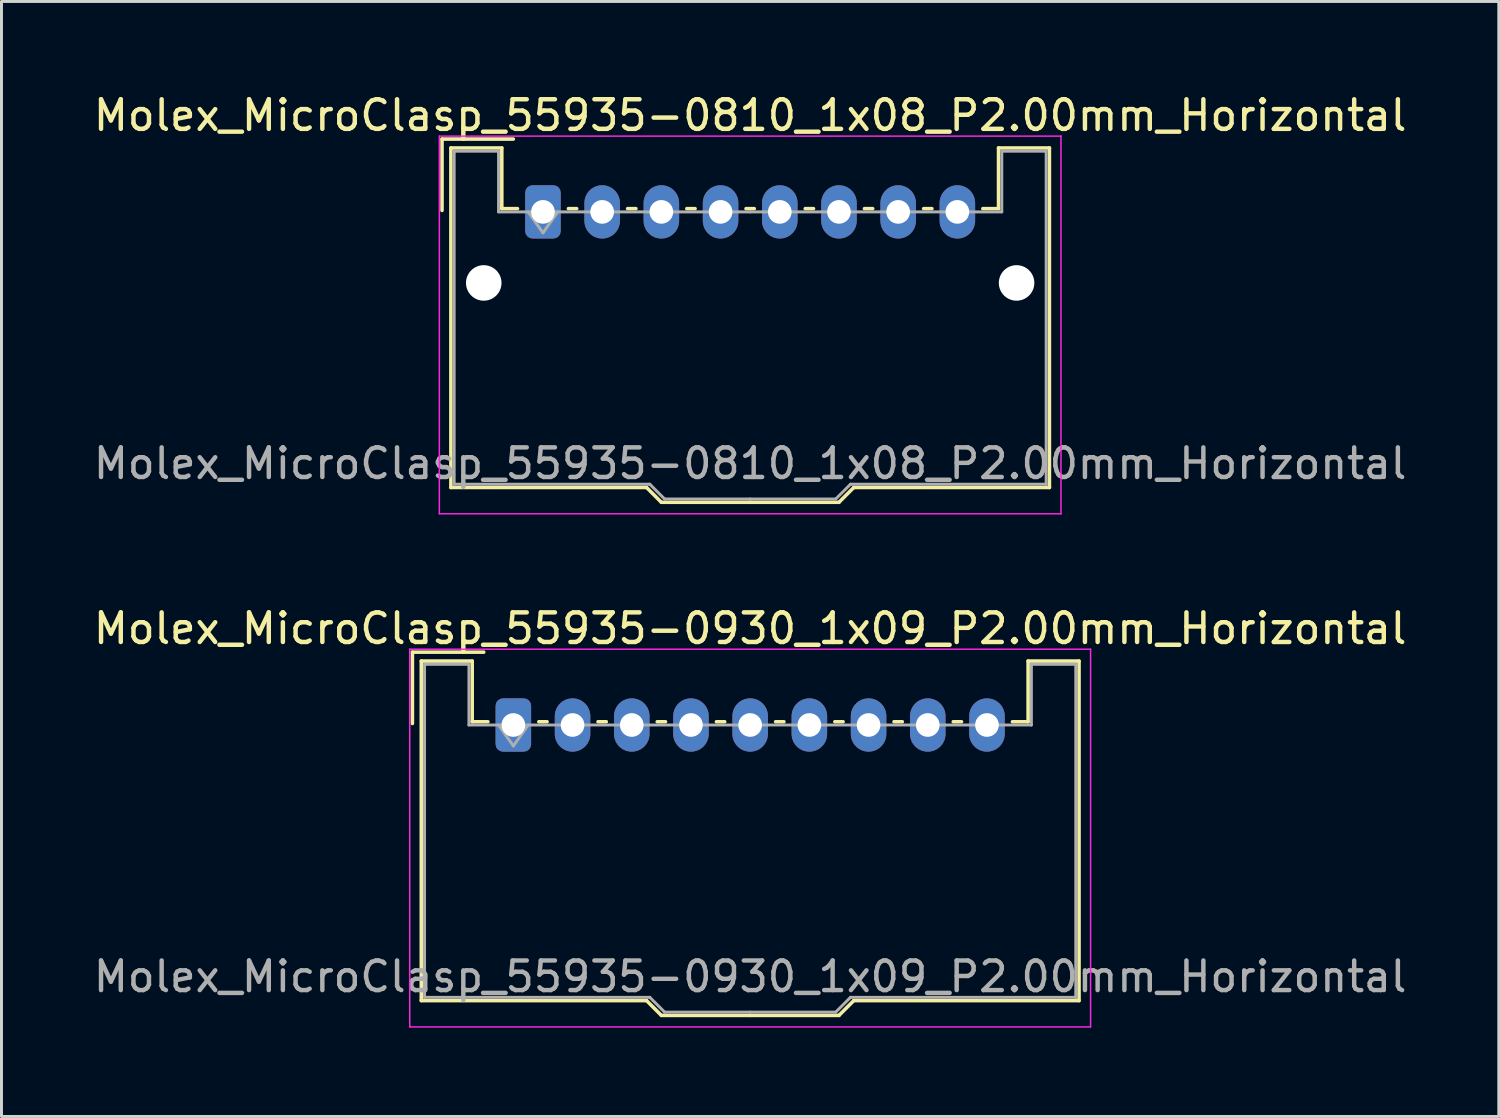
<source format=kicad_pcb>
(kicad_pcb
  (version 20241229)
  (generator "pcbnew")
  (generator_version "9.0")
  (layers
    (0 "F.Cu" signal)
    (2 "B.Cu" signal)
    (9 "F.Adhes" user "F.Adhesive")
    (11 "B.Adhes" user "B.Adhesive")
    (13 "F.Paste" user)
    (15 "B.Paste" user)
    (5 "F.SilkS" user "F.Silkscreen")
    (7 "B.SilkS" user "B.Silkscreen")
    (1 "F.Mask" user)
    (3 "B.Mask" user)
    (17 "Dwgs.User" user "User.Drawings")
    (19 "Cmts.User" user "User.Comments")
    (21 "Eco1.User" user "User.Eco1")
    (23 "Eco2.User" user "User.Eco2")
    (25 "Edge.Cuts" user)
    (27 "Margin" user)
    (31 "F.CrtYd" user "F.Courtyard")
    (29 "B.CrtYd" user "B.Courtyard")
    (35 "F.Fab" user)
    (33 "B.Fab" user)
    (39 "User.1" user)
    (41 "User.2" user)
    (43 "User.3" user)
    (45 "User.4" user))
  (footprint "Molex_MicroClasp_55935-0810_1x08_P2.00mm_Horizontal"
    (layer "F.Cu")
    (at 15.292 4.108)
    (property "Reference" "Molex_MicroClasp_55935-0810_1x08_P2.00mm_Horizontal" (at 7 -3.26 0) (layer "F.SilkS") (effects (font (size 1 1) (thickness 0.15))))
    (attr through_hole)
    (fp_line (start -3.41 -2.46) (end -1 -2.46) (stroke (width 0.12) (type solid)) (layer "F.SilkS"))
    (fp_line (start -3.41 -0.05) (end -3.41 -2.46) (stroke (width 0.12) (type solid)) (layer "F.SilkS"))
    (fp_line (start -3.11 -2.16) (end -1.39 -2.16) (stroke (width 0.12) (type solid)) (layer "F.SilkS"))
    (fp_line (start -3.11 9.31) (end -3.11 -2.16) (stroke (width 0.12) (type solid)) (layer "F.SilkS"))
    (fp_line (start -1.39 -2.16) (end -1.39 -0.11) (stroke (width 0.12) (type solid)) (layer "F.SilkS"))
    (fp_line (start -1.39 -0.11) (end -0.86 -0.11) (stroke (width 0.12) (type solid)) (layer "F.SilkS"))
    (fp_line (start 0.86 -0.11) (end 1.14 -0.11) (stroke (width 0.12) (type solid)) (layer "F.SilkS"))
    (fp_line (start 2.86 -0.11) (end 3.14 -0.11) (stroke (width 0.12) (type solid)) (layer "F.SilkS"))
    (fp_line (start 3.5 9.31) (end -3.11 9.31) (stroke (width 0.12) (type solid)) (layer "F.SilkS"))
    (fp_line (start 4 9.81) (end 3.5 9.31) (stroke (width 0.12) (type solid)) (layer "F.SilkS"))
    (fp_line (start 4.86 -0.11) (end 5.14 -0.11) (stroke (width 0.12) (type solid)) (layer "F.SilkS"))
    (fp_line (start 6.86 -0.11) (end 7.14 -0.11) (stroke (width 0.12) (type solid)) (layer "F.SilkS"))
    (fp_line (start 7 9.81) (end 4 9.81) (stroke (width 0.12) (type solid)) (layer "F.SilkS"))
    (fp_line (start 7 9.81) (end 10 9.81) (stroke (width 0.12) (type solid)) (layer "F.SilkS"))
    (fp_line (start 8.86 -0.11) (end 9.14 -0.11) (stroke (width 0.12) (type solid)) (layer "F.SilkS"))
    (fp_line (start 10 9.81) (end 10.5 9.31) (stroke (width 0.12) (type solid)) (layer "F.SilkS"))
    (fp_line (start 10.5 9.31) (end 17.11 9.31) (stroke (width 0.12) (type solid)) (layer "F.SilkS"))
    (fp_line (start 10.86 -0.11) (end 11.14 -0.11) (stroke (width 0.12) (type solid)) (layer "F.SilkS"))
    (fp_line (start 12.86 -0.11) (end 13.14 -0.11) (stroke (width 0.12) (type solid)) (layer "F.SilkS"))
    (fp_line (start 15.39 -2.16) (end 15.39 -0.11) (stroke (width 0.12) (type solid)) (layer "F.SilkS"))
    (fp_line (start 15.39 -0.11) (end 14.86 -0.11) (stroke (width 0.12) (type solid)) (layer "F.SilkS"))
    (fp_line (start 17.11 -2.16) (end 15.39 -2.16) (stroke (width 0.12) (type solid)) (layer "F.SilkS"))
    (fp_line (start 17.11 9.31) (end 17.11 -2.16) (stroke (width 0.12) (type solid)) (layer "F.SilkS"))
    (fp_line (start -3.5 -2.56) (end -3.5 10.2) (stroke (width 0.05) (type solid)) (layer "F.CrtYd"))
    (fp_line (start -3.5 10.2) (end 17.5 10.2) (stroke (width 0.05) (type solid)) (layer "F.CrtYd"))
    (fp_line (start 17.5 -2.56) (end -3.5 -2.56) (stroke (width 0.05) (type solid)) (layer "F.CrtYd"))
    (fp_line (start 17.5 10.2) (end 17.5 -2.56) (stroke (width 0.05) (type solid)) (layer "F.CrtYd"))
    (fp_line (start -3 -2.05) (end -1.5 -2.05) (stroke (width 0.1) (type solid)) (layer "F.Fab"))
    (fp_line (start -3 9.2) (end -3 -2.05) (stroke (width 0.1) (type solid)) (layer "F.Fab"))
    (fp_line (start -1.5 -2.05) (end -1.5 0) (stroke (width 0.1) (type solid)) (layer "F.Fab"))
    (fp_line (start -1.5 0) (end 7 0) (stroke (width 0.1) (type solid)) (layer "F.Fab"))
    (fp_line (start -0.5 0) (end 0 0.707) (stroke (width 0.1) (type solid)) (layer "F.Fab"))
    (fp_line (start 0 0.707) (end 0.5 0) (stroke (width 0.1) (type solid)) (layer "F.Fab"))
    (fp_line (start 3.61 9.2) (end -3 9.2) (stroke (width 0.1) (type solid)) (layer "F.Fab"))
    (fp_line (start 4.11 9.7) (end 3.61 9.2) (stroke (width 0.1) (type solid)) (layer "F.Fab"))
    (fp_line (start 7 9.7) (end 4.11 9.7) (stroke (width 0.1) (type solid)) (layer "F.Fab"))
    (fp_line (start 7 9.7) (end 9.89 9.7) (stroke (width 0.1) (type solid)) (layer "F.Fab"))
    (fp_line (start 9.89 9.7) (end 10.39 9.2) (stroke (width 0.1) (type solid)) (layer "F.Fab"))
    (fp_line (start 10.39 9.2) (end 17 9.2) (stroke (width 0.1) (type solid)) (layer "F.Fab"))
    (fp_line (start 15.5 -2.05) (end 15.5 0) (stroke (width 0.1) (type solid)) (layer "F.Fab"))
    (fp_line (start 15.5 0) (end 7 0) (stroke (width 0.1) (type solid)) (layer "F.Fab"))
    (fp_line (start 17 -2.05) (end 15.5 -2.05) (stroke (width 0.1) (type solid)) (layer "F.Fab"))
    (fp_line (start 17 9.2) (end 17 -2.05) (stroke (width 0.1) (type solid)) (layer "F.Fab"))
    (fp_text user "${REFERENCE}" (at 7 8.5 0) (layer "F.Fab") (effects (font (size 1 1) (thickness 0.15))))
    (pad "" np_thru_hole circle (at -2 2.4) (size 1.2 1.2) (drill 1.2) (layers "*.Cu" "*.Mask"))
    (pad "" np_thru_hole circle (at 16 2.4) (size 1.2 1.2) (drill 1.2) (layers "*.Cu" "*.Mask"))
    (pad "1" thru_hole roundrect (at 0 0) (size 1.2 1.8) (drill 0.8) (layers "*.Cu" "*.Mask") (roundrect_rratio 0.208))
    (pad "2" thru_hole oval (at 2 0) (size 1.2 1.8) (drill 0.8) (layers "*.Cu" "*.Mask"))
    (pad "3" thru_hole oval (at 4 0) (size 1.2 1.8) (drill 0.8) (layers "*.Cu" "*.Mask"))
    (pad "4" thru_hole oval (at 6 0) (size 1.2 1.8) (drill 0.8) (layers "*.Cu" "*.Mask"))
    (pad "5" thru_hole oval (at 8 0) (size 1.2 1.8) (drill 0.8) (layers "*.Cu" "*.Mask"))
    (pad "6" thru_hole oval (at 10 0) (size 1.2 1.8) (drill 0.8) (layers "*.Cu" "*.Mask"))
    (pad "7" thru_hole oval (at 12 0) (size 1.2 1.8) (drill 0.8) (layers "*.Cu" "*.Mask"))
    (pad "8" thru_hole oval (at 14 0) (size 1.2 1.8) (drill 0.8) (layers "*.Cu" "*.Mask")))
  (footprint "Molex_MicroClasp_55935-0930_1x09_P2.00mm_Horizontal"
    (layer "F.Cu")
    (at 14.292 21.442)
    (property "Reference" "Molex_MicroClasp_55935-0930_1x09_P2.00mm_Horizontal" (at 8 -3.26 0) (layer "F.SilkS") (effects (font (size 1 1) (thickness 0.15))))
    (attr through_hole)
    (fp_line (start -3.41 -2.46) (end -1 -2.46) (stroke (width 0.12) (type solid)) (layer "F.SilkS"))
    (fp_line (start -3.41 -0.05) (end -3.41 -2.46) (stroke (width 0.12) (type solid)) (layer "F.SilkS"))
    (fp_line (start -3.11 -2.16) (end -1.39 -2.16) (stroke (width 0.12) (type solid)) (layer "F.SilkS"))
    (fp_line (start -3.11 9.31) (end -3.11 -2.16) (stroke (width 0.12) (type solid)) (layer "F.SilkS"))
    (fp_line (start -1.39 -2.16) (end -1.39 -0.11) (stroke (width 0.12) (type solid)) (layer "F.SilkS"))
    (fp_line (start -1.39 -0.11) (end -0.86 -0.11) (stroke (width 0.12) (type solid)) (layer "F.SilkS"))
    (fp_line (start 0.86 -0.11) (end 1.14 -0.11) (stroke (width 0.12) (type solid)) (layer "F.SilkS"))
    (fp_line (start 2.86 -0.11) (end 3.14 -0.11) (stroke (width 0.12) (type solid)) (layer "F.SilkS"))
    (fp_line (start 4.5 9.31) (end -3.11 9.31) (stroke (width 0.12) (type solid)) (layer "F.SilkS"))
    (fp_line (start 4.86 -0.11) (end 5.14 -0.11) (stroke (width 0.12) (type solid)) (layer "F.SilkS"))
    (fp_line (start 5 9.81) (end 4.5 9.31) (stroke (width 0.12) (type solid)) (layer "F.SilkS"))
    (fp_line (start 6.86 -0.11) (end 7.14 -0.11) (stroke (width 0.12) (type solid)) (layer "F.SilkS"))
    (fp_line (start 8 9.81) (end 5 9.81) (stroke (width 0.12) (type solid)) (layer "F.SilkS"))
    (fp_line (start 8 9.81) (end 11 9.81) (stroke (width 0.12) (type solid)) (layer "F.SilkS"))
    (fp_line (start 8.86 -0.11) (end 9.14 -0.11) (stroke (width 0.12) (type solid)) (layer "F.SilkS"))
    (fp_line (start 10.86 -0.11) (end 11.14 -0.11) (stroke (width 0.12) (type solid)) (layer "F.SilkS"))
    (fp_line (start 11 9.81) (end 11.5 9.31) (stroke (width 0.12) (type solid)) (layer "F.SilkS"))
    (fp_line (start 11.5 9.31) (end 19.11 9.31) (stroke (width 0.12) (type solid)) (layer "F.SilkS"))
    (fp_line (start 12.86 -0.11) (end 13.14 -0.11) (stroke (width 0.12) (type solid)) (layer "F.SilkS"))
    (fp_line (start 14.86 -0.11) (end 15.14 -0.11) (stroke (width 0.12) (type solid)) (layer "F.SilkS"))
    (fp_line (start 17.39 -2.16) (end 17.39 -0.11) (stroke (width 0.12) (type solid)) (layer "F.SilkS"))
    (fp_line (start 17.39 -0.11) (end 16.86 -0.11) (stroke (width 0.12) (type solid)) (layer "F.SilkS"))
    (fp_line (start 19.11 -2.16) (end 17.39 -2.16) (stroke (width 0.12) (type solid)) (layer "F.SilkS"))
    (fp_line (start 19.11 9.31) (end 19.11 -2.16) (stroke (width 0.12) (type solid)) (layer "F.SilkS"))
    (fp_line (start -3.5 -2.56) (end -3.5 10.2) (stroke (width 0.05) (type solid)) (layer "F.CrtYd"))
    (fp_line (start -3.5 10.2) (end 19.5 10.2) (stroke (width 0.05) (type solid)) (layer "F.CrtYd"))
    (fp_line (start 19.5 -2.56) (end -3.5 -2.56) (stroke (width 0.05) (type solid)) (layer "F.CrtYd"))
    (fp_line (start 19.5 10.2) (end 19.5 -2.56) (stroke (width 0.05) (type solid)) (layer "F.CrtYd"))
    (fp_line (start -3 -2.05) (end -1.5 -2.05) (stroke (width 0.1) (type solid)) (layer "F.Fab"))
    (fp_line (start -3 9.2) (end -3 -2.05) (stroke (width 0.1) (type solid)) (layer "F.Fab"))
    (fp_line (start -1.5 -2.05) (end -1.5 0) (stroke (width 0.1) (type solid)) (layer "F.Fab"))
    (fp_line (start -1.5 0) (end 8 0) (stroke (width 0.1) (type solid)) (layer "F.Fab"))
    (fp_line (start -0.5 0) (end 0 0.707) (stroke (width 0.1) (type solid)) (layer "F.Fab"))
    (fp_line (start 0 0.707) (end 0.5 0) (stroke (width 0.1) (type solid)) (layer "F.Fab"))
    (fp_line (start 4.61 9.2) (end -3 9.2) (stroke (width 0.1) (type solid)) (layer "F.Fab"))
    (fp_line (start 5.11 9.7) (end 4.61 9.2) (stroke (width 0.1) (type solid)) (layer "F.Fab"))
    (fp_line (start 8 9.7) (end 5.11 9.7) (stroke (width 0.1) (type solid)) (layer "F.Fab"))
    (fp_line (start 8 9.7) (end 10.89 9.7) (stroke (width 0.1) (type solid)) (layer "F.Fab"))
    (fp_line (start 10.89 9.7) (end 11.39 9.2) (stroke (width 0.1) (type solid)) (layer "F.Fab"))
    (fp_line (start 11.39 9.2) (end 19 9.2) (stroke (width 0.1) (type solid)) (layer "F.Fab"))
    (fp_line (start 17.5 -2.05) (end 17.5 0) (stroke (width 0.1) (type solid)) (layer "F.Fab"))
    (fp_line (start 17.5 0) (end 8 0) (stroke (width 0.1) (type solid)) (layer "F.Fab"))
    (fp_line (start 19 -2.05) (end 17.5 -2.05) (stroke (width 0.1) (type solid)) (layer "F.Fab"))
    (fp_line (start 19 9.2) (end 19 -2.05) (stroke (width 0.1) (type solid)) (layer "F.Fab"))
    (fp_text user "${REFERENCE}" (at 8 8.5 0) (layer "F.Fab") (effects (font (size 1 1) (thickness 0.15))))
    (pad "1" thru_hole roundrect (at 0 0) (size 1.2 1.8) (drill 0.8) (layers "*.Cu" "*.Mask") (roundrect_rratio 0.208))
    (pad "2" thru_hole oval (at 2 0) (size 1.2 1.8) (drill 0.8) (layers "*.Cu" "*.Mask"))
    (pad "3" thru_hole oval (at 4 0) (size 1.2 1.8) (drill 0.8) (layers "*.Cu" "*.Mask"))
    (pad "4" thru_hole oval (at 6 0) (size 1.2 1.8) (drill 0.8) (layers "*.Cu" "*.Mask"))
    (pad "5" thru_hole oval (at 8 0) (size 1.2 1.8) (drill 0.8) (layers "*.Cu" "*.Mask"))
    (pad "6" thru_hole oval (at 10 0) (size 1.2 1.8) (drill 0.8) (layers "*.Cu" "*.Mask"))
    (pad "7" thru_hole oval (at 12 0) (size 1.2 1.8) (drill 0.8) (layers "*.Cu" "*.Mask"))
    (pad "8" thru_hole oval (at 14 0) (size 1.2 1.8) (drill 0.8) (layers "*.Cu" "*.Mask"))
    (pad "9" thru_hole oval (at 16 0) (size 1.2 1.8) (drill 0.8) (layers "*.Cu" "*.Mask")))
  (gr_rect
    (start -3 -3)
    (end 47.583 34.666)
    (stroke (width 0.1) (type default))
    (fill no)
    (layer "Edge.Cuts")))
</source>
